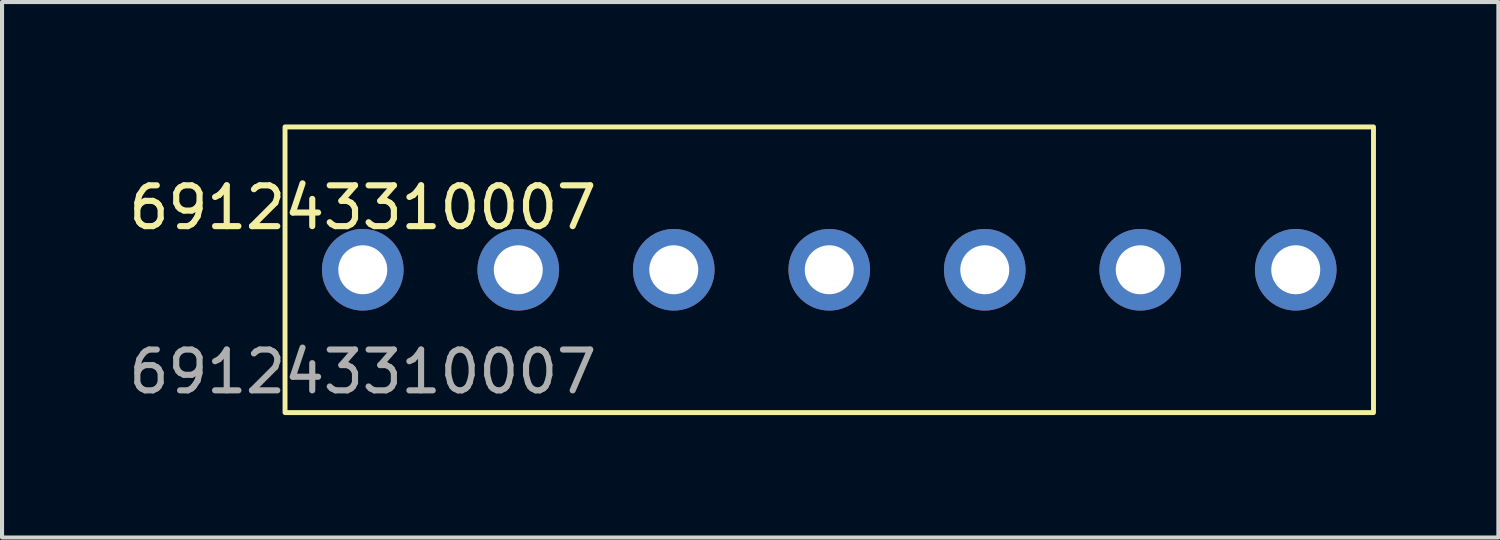
<source format=kicad_pcb>
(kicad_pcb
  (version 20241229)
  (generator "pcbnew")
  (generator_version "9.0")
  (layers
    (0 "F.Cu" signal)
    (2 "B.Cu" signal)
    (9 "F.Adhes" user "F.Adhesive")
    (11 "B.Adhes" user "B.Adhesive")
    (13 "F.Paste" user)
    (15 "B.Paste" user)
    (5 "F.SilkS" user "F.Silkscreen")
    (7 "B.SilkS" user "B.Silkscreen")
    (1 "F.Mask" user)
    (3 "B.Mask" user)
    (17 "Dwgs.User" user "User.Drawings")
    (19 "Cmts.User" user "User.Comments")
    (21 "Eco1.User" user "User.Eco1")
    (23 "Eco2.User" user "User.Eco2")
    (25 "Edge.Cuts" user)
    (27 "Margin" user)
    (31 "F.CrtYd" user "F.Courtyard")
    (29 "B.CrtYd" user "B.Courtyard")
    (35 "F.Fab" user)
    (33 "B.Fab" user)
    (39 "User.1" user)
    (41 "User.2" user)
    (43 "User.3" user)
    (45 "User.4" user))
  (footprint "691243310007"
    (layer "F.Cu")
    (at 17.269 3.56)
    (property "Reference" "691243310007" (at -11.43 -1.524 0) (unlocked yes) (layer "F.SilkS") (effects (font (size 1 1) (thickness 0.15))))
    (attr through_hole)
    (fp_rect (start -13.335 -3.5) (end 13.335 3.5) (stroke (width 0.12) (type solid)) (fill no) (layer "F.SilkS"))
    (fp_text user "${REFERENCE}" (at -11.43 2.5 0) (unlocked yes) (layer "F.Fab") (effects (font (size 1 1) (thickness 0.15))))
    (pad "1" thru_hole circle (at -11.43 0) (size 2 2) (drill 1.2) (layers "*.Cu" "*.Mask"))
    (pad "2" thru_hole circle (at -7.62 0) (size 2 2) (drill 1.2) (layers "*.Cu" "*.Mask"))
    (pad "3" thru_hole circle (at -3.81 0) (size 2 2) (drill 1.2) (layers "*.Cu" "*.Mask"))
    (pad "4" thru_hole circle (at 0 0) (size 2 2) (drill 1.2) (layers "*.Cu" "*.Mask"))
    (pad "5" thru_hole circle (at 3.81 0) (size 2 2) (drill 1.2) (layers "*.Cu" "*.Mask"))
    (pad "6" thru_hole circle (at 7.62 0) (size 2 2) (drill 1.2) (layers "*.Cu" "*.Mask"))
    (pad "7" thru_hole circle (at 11.43 0) (size 2 2) (drill 1.2) (layers "*.Cu" "*.Mask")))
  (gr_rect
    (start -3 -3)
    (end 33.664 10.12)
    (stroke (width 0.1) (type default))
    (fill no)
    (layer "Edge.Cuts")))
</source>
